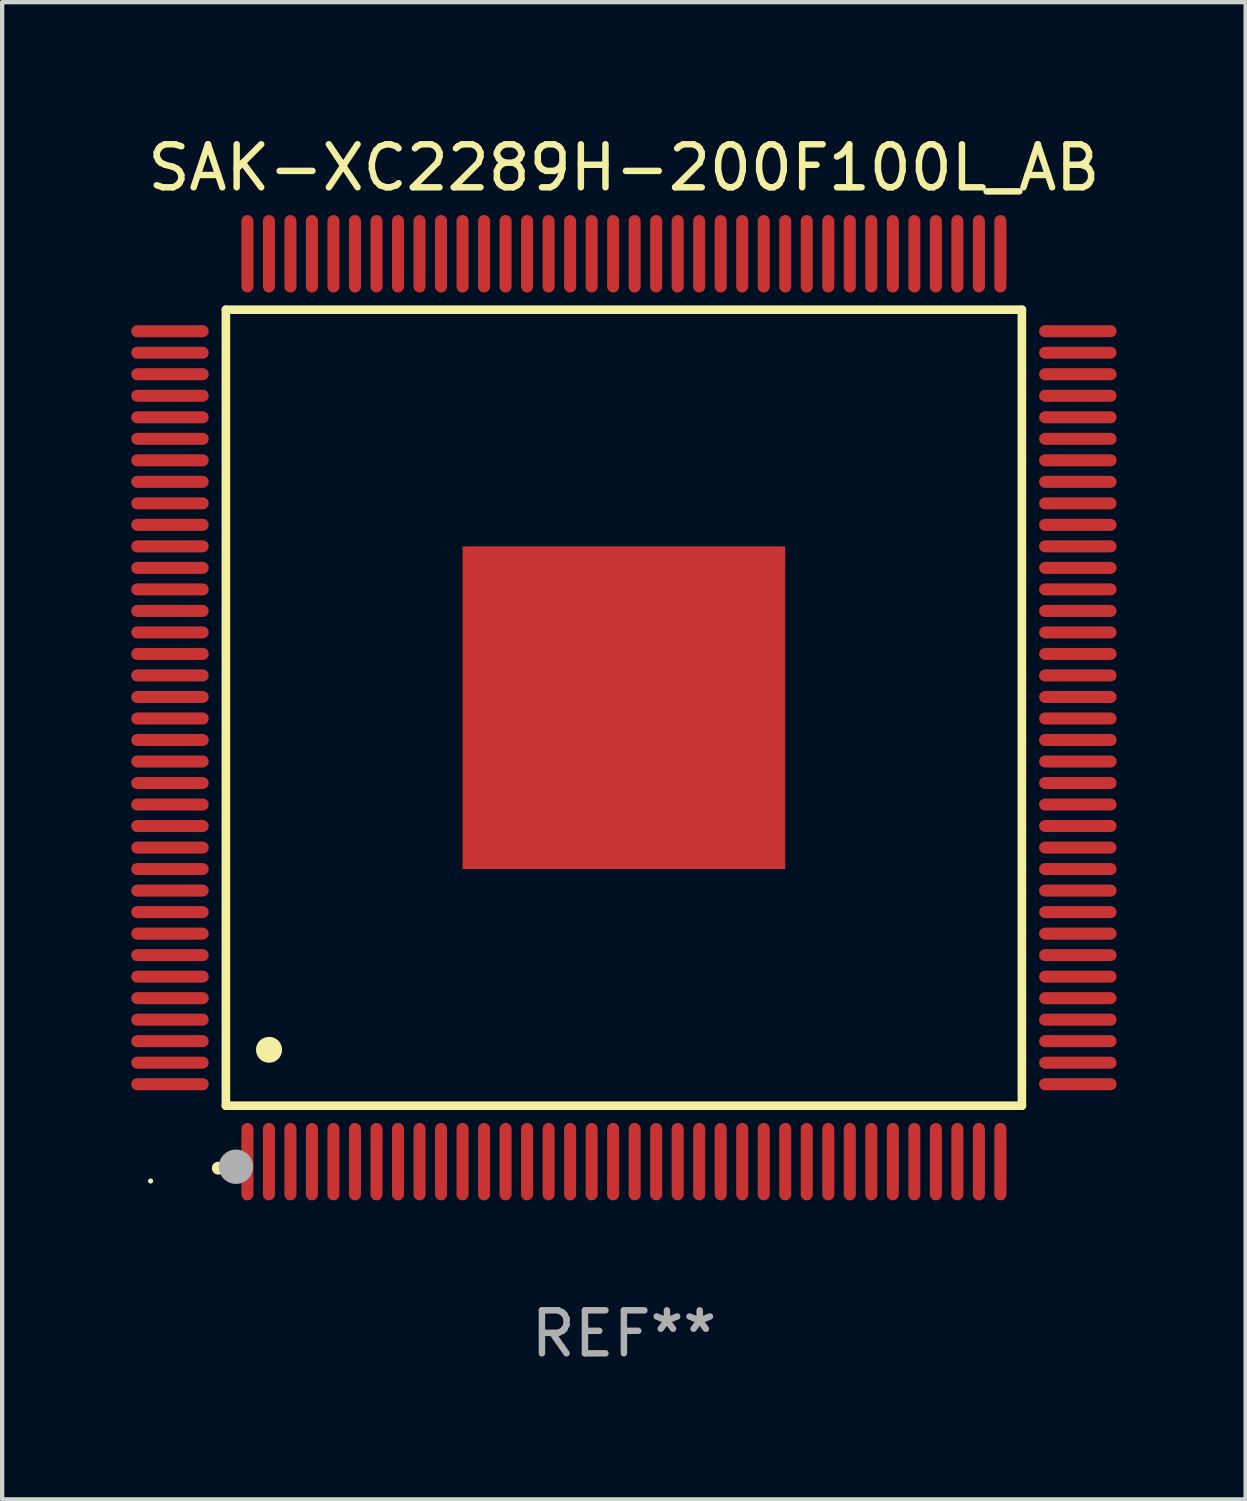
<source format=kicad_pcb>
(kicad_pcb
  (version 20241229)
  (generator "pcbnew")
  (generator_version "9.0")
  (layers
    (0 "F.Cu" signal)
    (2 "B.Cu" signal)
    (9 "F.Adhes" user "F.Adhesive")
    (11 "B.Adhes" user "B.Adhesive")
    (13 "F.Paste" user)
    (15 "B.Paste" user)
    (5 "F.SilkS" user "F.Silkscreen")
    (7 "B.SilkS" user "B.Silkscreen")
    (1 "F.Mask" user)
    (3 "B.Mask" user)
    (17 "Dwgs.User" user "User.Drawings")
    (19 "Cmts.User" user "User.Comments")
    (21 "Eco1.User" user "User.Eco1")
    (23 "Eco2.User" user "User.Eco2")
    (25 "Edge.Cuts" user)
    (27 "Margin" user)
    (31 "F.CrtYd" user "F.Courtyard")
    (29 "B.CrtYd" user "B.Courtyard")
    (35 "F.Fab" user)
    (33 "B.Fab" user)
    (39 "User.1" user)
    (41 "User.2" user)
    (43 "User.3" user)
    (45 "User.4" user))
  (footprint "SAK-XC2289H-200F100L_AB"
    (layer "F.Cu")
    (at 11.45 13.398)
    (property "Reference" "SAK-XC2289H-200F100L_AB" (at 0 -12.55 0) (layer "F.SilkS") (effects (font (size 1 1) (thickness 0.15))))
    (attr through_hole)
    (fp_line (start -9.25 -9.25) (end 9.25 -9.25) (stroke (width 0.2) (type solid)) (layer "F.SilkS"))
    (fp_line (start -9.25 9.25) (end -9.25 -9.25) (stroke (width 0.2) (type solid)) (layer "F.SilkS"))
    (fp_line (start 9.25 -9.25) (end 9.25 9.25) (stroke (width 0.2) (type solid)) (layer "F.SilkS"))
    (fp_line (start 9.25 9.25) (end -9.25 9.25) (stroke (width 0.2) (type solid)) (layer "F.SilkS"))
    (fp_arc (start -9.425959 10.701041) (mid -9.424689 10.701036) (end -9.423419 10.701041) (stroke (width 0.3) (type solid)) (layer "F.SilkS"))
    (fp_arc (start -8.249936 7.950216) (mid -8.247396 7.950205) (end -8.244856 7.950216) (stroke (width 0.6) (type solid)) (layer "F.SilkS"))
    (fp_circle (center -11 11) (end -10.97 11) (stroke (width 0.06) (type solid)) (fill no) (layer "F.SilkS"))
    (fp_circle (center -9.017 10.668) (end -8.817 10.668) (stroke (width 0.4) (type solid)) (fill no) (layer "F.Fab"))
    (fp_text user "REF**" (at 0 14.55 0) (layer "F.Fab") (effects (font (size 1 1) (thickness 0.15))))
    (pad "1" smd oval (at -8.75 10.55 180) (size 0.28 1.8) (layers "F.Cu" "F.Mask" "F.Paste"))
    (pad "2" smd oval (at -8.25 10.55 180) (size 0.28 1.8) (layers "F.Cu" "F.Mask" "F.Paste"))
    (pad "3" smd oval (at -7.75 10.55 180) (size 0.28 1.8) (layers "F.Cu" "F.Mask" "F.Paste"))
    (pad "4" smd oval (at -7.25 10.55 180) (size 0.28 1.8) (layers "F.Cu" "F.Mask" "F.Paste"))
    (pad "5" smd oval (at -6.75 10.55 180) (size 0.28 1.8) (layers "F.Cu" "F.Mask" "F.Paste"))
    (pad "6" smd oval (at -6.25 10.55 180) (size 0.28 1.8) (layers "F.Cu" "F.Mask" "F.Paste"))
    (pad "7" smd oval (at -5.75 10.55 180) (size 0.28 1.8) (layers "F.Cu" "F.Mask" "F.Paste"))
    (pad "8" smd oval (at -5.25 10.55 180) (size 0.28 1.8) (layers "F.Cu" "F.Mask" "F.Paste"))
    (pad "9" smd oval (at -4.75 10.55 180) (size 0.28 1.8) (layers "F.Cu" "F.Mask" "F.Paste"))
    (pad "10" smd oval (at -4.25 10.55 180) (size 0.28 1.8) (layers "F.Cu" "F.Mask" "F.Paste"))
    (pad "11" smd oval (at -3.75 10.55 180) (size 0.28 1.8) (layers "F.Cu" "F.Mask" "F.Paste"))
    (pad "12" smd oval (at -3.25 10.55 180) (size 0.28 1.8) (layers "F.Cu" "F.Mask" "F.Paste"))
    (pad "13" smd oval (at -2.75 10.55 180) (size 0.28 1.8) (layers "F.Cu" "F.Mask" "F.Paste"))
    (pad "14" smd oval (at -2.25 10.55 180) (size 0.28 1.8) (layers "F.Cu" "F.Mask" "F.Paste"))
    (pad "15" smd oval (at -1.75 10.55 180) (size 0.28 1.8) (layers "F.Cu" "F.Mask" "F.Paste"))
    (pad "16" smd oval (at -1.25 10.55 180) (size 0.28 1.8) (layers "F.Cu" "F.Mask" "F.Paste"))
    (pad "17" smd oval (at -0.75 10.55 180) (size 0.28 1.8) (layers "F.Cu" "F.Mask" "F.Paste"))
    (pad "18" smd oval (at -0.25 10.55 180) (size 0.28 1.8) (layers "F.Cu" "F.Mask" "F.Paste"))
    (pad "19" smd oval (at 0.25 10.55 180) (size 0.28 1.8) (layers "F.Cu" "F.Mask" "F.Paste"))
    (pad "20" smd oval (at 0.75 10.55 180) (size 0.28 1.8) (layers "F.Cu" "F.Mask" "F.Paste"))
    (pad "21" smd oval (at 1.25 10.55 180) (size 0.28 1.8) (layers "F.Cu" "F.Mask" "F.Paste"))
    (pad "22" smd oval (at 1.75 10.55 180) (size 0.28 1.8) (layers "F.Cu" "F.Mask" "F.Paste"))
    (pad "23" smd oval (at 2.25 10.55 180) (size 0.28 1.8) (layers "F.Cu" "F.Mask" "F.Paste"))
    (pad "24" smd oval (at 2.75 10.55 180) (size 0.28 1.8) (layers "F.Cu" "F.Mask" "F.Paste"))
    (pad "25" smd oval (at 3.25 10.55 180) (size 0.28 1.8) (layers "F.Cu" "F.Mask" "F.Paste"))
    (pad "26" smd oval (at 3.75 10.55 180) (size 0.28 1.8) (layers "F.Cu" "F.Mask" "F.Paste"))
    (pad "27" smd oval (at 4.25 10.55 180) (size 0.28 1.8) (layers "F.Cu" "F.Mask" "F.Paste"))
    (pad "28" smd oval (at 4.75 10.55 180) (size 0.28 1.8) (layers "F.Cu" "F.Mask" "F.Paste"))
    (pad "29" smd oval (at 5.25 10.55 180) (size 0.28 1.8) (layers "F.Cu" "F.Mask" "F.Paste"))
    (pad "30" smd oval (at 5.75 10.55 180) (size 0.28 1.8) (layers "F.Cu" "F.Mask" "F.Paste"))
    (pad "31" smd oval (at 6.25 10.55 180) (size 0.28 1.8) (layers "F.Cu" "F.Mask" "F.Paste"))
    (pad "32" smd oval (at 6.75 10.55 180) (size 0.28 1.8) (layers "F.Cu" "F.Mask" "F.Paste"))
    (pad "33" smd oval (at 7.25 10.55 180) (size 0.28 1.8) (layers "F.Cu" "F.Mask" "F.Paste"))
    (pad "34" smd oval (at 7.75 10.55 180) (size 0.28 1.8) (layers "F.Cu" "F.Mask" "F.Paste"))
    (pad "35" smd oval (at 8.25 10.55 180) (size 0.28 1.8) (layers "F.Cu" "F.Mask" "F.Paste"))
    (pad "36" smd oval (at 8.75 10.55 180) (size 0.28 1.8) (layers "F.Cu" "F.Mask" "F.Paste"))
    (pad "37" smd oval (at 10.55 8.75 90) (size 0.28 1.8) (layers "F.Cu" "F.Mask" "F.Paste"))
    (pad "38" smd oval (at 10.55 8.25 90) (size 0.28 1.8) (layers "F.Cu" "F.Mask" "F.Paste"))
    (pad "39" smd oval (at 10.55 7.75 90) (size 0.28 1.8) (layers "F.Cu" "F.Mask" "F.Paste"))
    (pad "40" smd oval (at 10.55 7.25 90) (size 0.28 1.8) (layers "F.Cu" "F.Mask" "F.Paste"))
    (pad "41" smd oval (at 10.55 6.75 90) (size 0.28 1.8) (layers "F.Cu" "F.Mask" "F.Paste"))
    (pad "42" smd oval (at 10.55 6.25 90) (size 0.28 1.8) (layers "F.Cu" "F.Mask" "F.Paste"))
    (pad "43" smd oval (at 10.55 5.75 90) (size 0.28 1.8) (layers "F.Cu" "F.Mask" "F.Paste"))
    (pad "44" smd oval (at 10.55 5.25 90) (size 0.28 1.8) (layers "F.Cu" "F.Mask" "F.Paste"))
    (pad "45" smd oval (at 10.55 4.75 90) (size 0.28 1.8) (layers "F.Cu" "F.Mask" "F.Paste"))
    (pad "46" smd oval (at 10.55 4.25 90) (size 0.28 1.8) (layers "F.Cu" "F.Mask" "F.Paste"))
    (pad "47" smd oval (at 10.55 3.75 90) (size 0.28 1.8) (layers "F.Cu" "F.Mask" "F.Paste"))
    (pad "48" smd oval (at 10.55 3.25 90) (size 0.28 1.8) (layers "F.Cu" "F.Mask" "F.Paste"))
    (pad "49" smd oval (at 10.55 2.75 90) (size 0.28 1.8) (layers "F.Cu" "F.Mask" "F.Paste"))
    (pad "50" smd oval (at 10.55 2.25 90) (size 0.28 1.8) (layers "F.Cu" "F.Mask" "F.Paste"))
    (pad "51" smd oval (at 10.55 1.75 90) (size 0.28 1.8) (layers "F.Cu" "F.Mask" "F.Paste"))
    (pad "52" smd oval (at 10.55 1.25 90) (size 0.28 1.8) (layers "F.Cu" "F.Mask" "F.Paste"))
    (pad "53" smd oval (at 10.55 0.75 90) (size 0.28 1.8) (layers "F.Cu" "F.Mask" "F.Paste"))
    (pad "54" smd oval (at 10.55 0.25 90) (size 0.28 1.8) (layers "F.Cu" "F.Mask" "F.Paste"))
    (pad "55" smd oval (at 10.55 -0.25 90) (size 0.28 1.8) (layers "F.Cu" "F.Mask" "F.Paste"))
    (pad "56" smd oval (at 10.55 -0.75 90) (size 0.28 1.8) (layers "F.Cu" "F.Mask" "F.Paste"))
    (pad "57" smd oval (at 10.55 -1.25 90) (size 0.28 1.8) (layers "F.Cu" "F.Mask" "F.Paste"))
    (pad "58" smd oval (at 10.55 -1.75 90) (size 0.28 1.8) (layers "F.Cu" "F.Mask" "F.Paste"))
    (pad "59" smd oval (at 10.55 -2.25 90) (size 0.28 1.8) (layers "F.Cu" "F.Mask" "F.Paste"))
    (pad "60" smd oval (at 10.55 -2.75 90) (size 0.28 1.8) (layers "F.Cu" "F.Mask" "F.Paste"))
    (pad "61" smd oval (at 10.55 -3.25 90) (size 0.28 1.8) (layers "F.Cu" "F.Mask" "F.Paste"))
    (pad "62" smd oval (at 10.55 -3.75 90) (size 0.28 1.8) (layers "F.Cu" "F.Mask" "F.Paste"))
    (pad "63" smd oval (at 10.55 -4.25 90) (size 0.28 1.8) (layers "F.Cu" "F.Mask" "F.Paste"))
    (pad "64" smd oval (at 10.55 -4.75 90) (size 0.28 1.8) (layers "F.Cu" "F.Mask" "F.Paste"))
    (pad "65" smd oval (at 10.55 -5.25 90) (size 0.28 1.8) (layers "F.Cu" "F.Mask" "F.Paste"))
    (pad "66" smd oval (at 10.55 -5.75 90) (size 0.28 1.8) (layers "F.Cu" "F.Mask" "F.Paste"))
    (pad "67" smd oval (at 10.55 -6.25 90) (size 0.28 1.8) (layers "F.Cu" "F.Mask" "F.Paste"))
    (pad "68" smd oval (at 10.55 -6.75 90) (size 0.28 1.8) (layers "F.Cu" "F.Mask" "F.Paste"))
    (pad "69" smd oval (at 10.55 -7.25 90) (size 0.28 1.8) (layers "F.Cu" "F.Mask" "F.Paste"))
    (pad "70" smd oval (at 10.55 -7.75 90) (size 0.28 1.8) (layers "F.Cu" "F.Mask" "F.Paste"))
    (pad "71" smd oval (at 10.55 -8.25 90) (size 0.28 1.8) (layers "F.Cu" "F.Mask" "F.Paste"))
    (pad "72" smd oval (at 10.55 -8.75 90) (size 0.28 1.8) (layers "F.Cu" "F.Mask" "F.Paste"))
    (pad "73" smd oval (at 8.75 -10.55 180) (size 0.28 1.8) (layers "F.Cu" "F.Mask" "F.Paste"))
    (pad "74" smd oval (at 8.25 -10.55 180) (size 0.28 1.8) (layers "F.Cu" "F.Mask" "F.Paste"))
    (pad "75" smd oval (at 7.75 -10.55 180) (size 0.28 1.8) (layers "F.Cu" "F.Mask" "F.Paste"))
    (pad "76" smd oval (at 7.25 -10.55 180) (size 0.28 1.8) (layers "F.Cu" "F.Mask" "F.Paste"))
    (pad "77" smd oval (at 6.75 -10.55 180) (size 0.28 1.8) (layers "F.Cu" "F.Mask" "F.Paste"))
    (pad "78" smd oval (at 6.25 -10.55 180) (size 0.28 1.8) (layers "F.Cu" "F.Mask" "F.Paste"))
    (pad "79" smd oval (at 5.75 -10.55 180) (size 0.28 1.8) (layers "F.Cu" "F.Mask" "F.Paste"))
    (pad "80" smd oval (at 5.25 -10.55 180) (size 0.28 1.8) (layers "F.Cu" "F.Mask" "F.Paste"))
    (pad "81" smd oval (at 4.75 -10.55 180) (size 0.28 1.8) (layers "F.Cu" "F.Mask" "F.Paste"))
    (pad "82" smd oval (at 4.25 -10.55 180) (size 0.28 1.8) (layers "F.Cu" "F.Mask" "F.Paste"))
    (pad "83" smd oval (at 3.75 -10.55 180) (size 0.28 1.8) (layers "F.Cu" "F.Mask" "F.Paste"))
    (pad "84" smd oval (at 3.25 -10.55 180) (size 0.28 1.8) (layers "F.Cu" "F.Mask" "F.Paste"))
    (pad "85" smd oval (at 2.75 -10.55 180) (size 0.28 1.8) (layers "F.Cu" "F.Mask" "F.Paste"))
    (pad "86" smd oval (at 2.25 -10.55 180) (size 0.28 1.8) (layers "F.Cu" "F.Mask" "F.Paste"))
    (pad "87" smd oval (at 1.75 -10.55 180) (size 0.28 1.8) (layers "F.Cu" "F.Mask" "F.Paste"))
    (pad "88" smd oval (at 1.25 -10.55 180) (size 0.28 1.8) (layers "F.Cu" "F.Mask" "F.Paste"))
    (pad "89" smd oval (at 0.75 -10.55 180) (size 0.28 1.8) (layers "F.Cu" "F.Mask" "F.Paste"))
    (pad "90" smd oval (at 0.25 -10.55 180) (size 0.28 1.8) (layers "F.Cu" "F.Mask" "F.Paste"))
    (pad "91" smd oval (at -0.25 -10.55 180) (size 0.28 1.8) (layers "F.Cu" "F.Mask" "F.Paste"))
    (pad "92" smd oval (at -0.75 -10.55 180) (size 0.28 1.8) (layers "F.Cu" "F.Mask" "F.Paste"))
    (pad "93" smd oval (at -1.25 -10.55 180) (size 0.28 1.8) (layers "F.Cu" "F.Mask" "F.Paste"))
    (pad "94" smd oval (at -1.75 -10.55 180) (size 0.28 1.8) (layers "F.Cu" "F.Mask" "F.Paste"))
    (pad "95" smd oval (at -2.25 -10.55 180) (size 0.28 1.8) (layers "F.Cu" "F.Mask" "F.Paste"))
    (pad "96" smd oval (at -2.75 -10.55 180) (size 0.28 1.8) (layers "F.Cu" "F.Mask" "F.Paste"))
    (pad "97" smd oval (at -3.25 -10.55 180) (size 0.28 1.8) (layers "F.Cu" "F.Mask" "F.Paste"))
    (pad "98" smd oval (at -3.75 -10.55 180) (size 0.28 1.8) (layers "F.Cu" "F.Mask" "F.Paste"))
    (pad "99" smd oval (at -4.25 -10.55 180) (size 0.28 1.8) (layers "F.Cu" "F.Mask" "F.Paste"))
    (pad "100" smd oval (at -4.75 -10.55 180) (size 0.28 1.8) (layers "F.Cu" "F.Mask" "F.Paste"))
    (pad "101" smd oval (at -5.25 -10.55 180) (size 0.28 1.8) (layers "F.Cu" "F.Mask" "F.Paste"))
    (pad "102" smd oval (at -5.75 -10.55 180) (size 0.28 1.8) (layers "F.Cu" "F.Mask" "F.Paste"))
    (pad "103" smd oval (at -6.25 -10.55 180) (size 0.28 1.8) (layers "F.Cu" "F.Mask" "F.Paste"))
    (pad "104" smd oval (at -6.75 -10.55 180) (size 0.28 1.8) (layers "F.Cu" "F.Mask" "F.Paste"))
    (pad "105" smd oval (at -7.25 -10.55 180) (size 0.28 1.8) (layers "F.Cu" "F.Mask" "F.Paste"))
    (pad "106" smd oval (at -7.75 -10.55 180) (size 0.28 1.8) (layers "F.Cu" "F.Mask" "F.Paste"))
    (pad "107" smd oval (at -8.25 -10.55 180) (size 0.28 1.8) (layers "F.Cu" "F.Mask" "F.Paste"))
    (pad "108" smd oval (at -8.75 -10.55 180) (size 0.28 1.8) (layers "F.Cu" "F.Mask" "F.Paste"))
    (pad "109" smd oval (at -10.55 -8.75 90) (size 0.28 1.8) (layers "F.Cu" "F.Mask" "F.Paste"))
    (pad "110" smd oval (at -10.55 -8.25 90) (size 0.28 1.8) (layers "F.Cu" "F.Mask" "F.Paste"))
    (pad "111" smd oval (at -10.55 -7.75 90) (size 0.28 1.8) (layers "F.Cu" "F.Mask" "F.Paste"))
    (pad "112" smd oval (at -10.55 -7.25 90) (size 0.28 1.8) (layers "F.Cu" "F.Mask" "F.Paste"))
    (pad "113" smd oval (at -10.55 -6.75 90) (size 0.28 1.8) (layers "F.Cu" "F.Mask" "F.Paste"))
    (pad "114" smd oval (at -10.55 -6.25 90) (size 0.28 1.8) (layers "F.Cu" "F.Mask" "F.Paste"))
    (pad "115" smd oval (at -10.55 -5.75 90) (size 0.28 1.8) (layers "F.Cu" "F.Mask" "F.Paste"))
    (pad "116" smd oval (at -10.55 -5.25 90) (size 0.28 1.8) (layers "F.Cu" "F.Mask" "F.Paste"))
    (pad "117" smd oval (at -10.55 -4.75 90) (size 0.28 1.8) (layers "F.Cu" "F.Mask" "F.Paste"))
    (pad "118" smd oval (at -10.55 -4.25 90) (size 0.28 1.8) (layers "F.Cu" "F.Mask" "F.Paste"))
    (pad "119" smd oval (at -10.55 -3.75 90) (size 0.28 1.8) (layers "F.Cu" "F.Mask" "F.Paste"))
    (pad "120" smd oval (at -10.55 -3.25 90) (size 0.28 1.8) (layers "F.Cu" "F.Mask" "F.Paste"))
    (pad "121" smd oval (at -10.55 -2.75 90) (size 0.28 1.8) (layers "F.Cu" "F.Mask" "F.Paste"))
    (pad "122" smd oval (at -10.55 -2.25 90) (size 0.28 1.8) (layers "F.Cu" "F.Mask" "F.Paste"))
    (pad "123" smd oval (at -10.55 -1.75 90) (size 0.28 1.8) (layers "F.Cu" "F.Mask" "F.Paste"))
    (pad "124" smd oval (at -10.55 -1.25 90) (size 0.28 1.8) (layers "F.Cu" "F.Mask" "F.Paste"))
    (pad "125" smd oval (at -10.55 -0.75 90) (size 0.28 1.8) (layers "F.Cu" "F.Mask" "F.Paste"))
    (pad "126" smd oval (at -10.55 -0.25 90) (size 0.28 1.8) (layers "F.Cu" "F.Mask" "F.Paste"))
    (pad "127" smd oval (at -10.55 0.25 90) (size 0.28 1.8) (layers "F.Cu" "F.Mask" "F.Paste"))
    (pad "128" smd oval (at -10.55 0.75 90) (size 0.28 1.8) (layers "F.Cu" "F.Mask" "F.Paste"))
    (pad "129" smd oval (at -10.55 1.25 90) (size 0.28 1.8) (layers "F.Cu" "F.Mask" "F.Paste"))
    (pad "130" smd oval (at -10.55 1.75 90) (size 0.28 1.8) (layers "F.Cu" "F.Mask" "F.Paste"))
    (pad "131" smd oval (at -10.55 2.25 90) (size 0.28 1.8) (layers "F.Cu" "F.Mask" "F.Paste"))
    (pad "132" smd oval (at -10.55 2.75 90) (size 0.28 1.8) (layers "F.Cu" "F.Mask" "F.Paste"))
    (pad "133" smd oval (at -10.55 3.25 90) (size 0.28 1.8) (layers "F.Cu" "F.Mask" "F.Paste"))
    (pad "134" smd oval (at -10.55 3.75 90) (size 0.28 1.8) (layers "F.Cu" "F.Mask" "F.Paste"))
    (pad "135" smd oval (at -10.55 4.25 90) (size 0.28 1.8) (layers "F.Cu" "F.Mask" "F.Paste"))
    (pad "136" smd oval (at -10.55 4.75 90) (size 0.28 1.8) (layers "F.Cu" "F.Mask" "F.Paste"))
    (pad "137" smd oval (at -10.55 5.25 90) (size 0.28 1.8) (layers "F.Cu" "F.Mask" "F.Paste"))
    (pad "138" smd oval (at -10.55 5.75 90) (size 0.28 1.8) (layers "F.Cu" "F.Mask" "F.Paste"))
    (pad "139" smd oval (at -10.55 6.25 90) (size 0.28 1.8) (layers "F.Cu" "F.Mask" "F.Paste"))
    (pad "140" smd oval (at -10.55 6.75 90) (size 0.28 1.8) (layers "F.Cu" "F.Mask" "F.Paste"))
    (pad "141" smd oval (at -10.55 7.25 90) (size 0.28 1.8) (layers "F.Cu" "F.Mask" "F.Paste"))
    (pad "142" smd oval (at -10.55 7.75 90) (size 0.28 1.8) (layers "F.Cu" "F.Mask" "F.Paste"))
    (pad "143" smd oval (at -10.55 8.25 90) (size 0.28 1.8) (layers "F.Cu" "F.Mask" "F.Paste"))
    (pad "144" smd oval (at -10.55 8.75 90) (size 0.28 1.8) (layers "F.Cu" "F.Mask" "F.Paste"))
    (pad "145" smd rect (at 0 0 90) (size 7.5 7.5) (layers "F.Cu" "F.Mask" "F.Paste")))
  (gr_rect
    (start -3 -3)
    (end 25.9 31.796)
    (stroke (width 0.1) (type default))
    (fill no)
    (layer "Edge.Cuts")))
</source>
